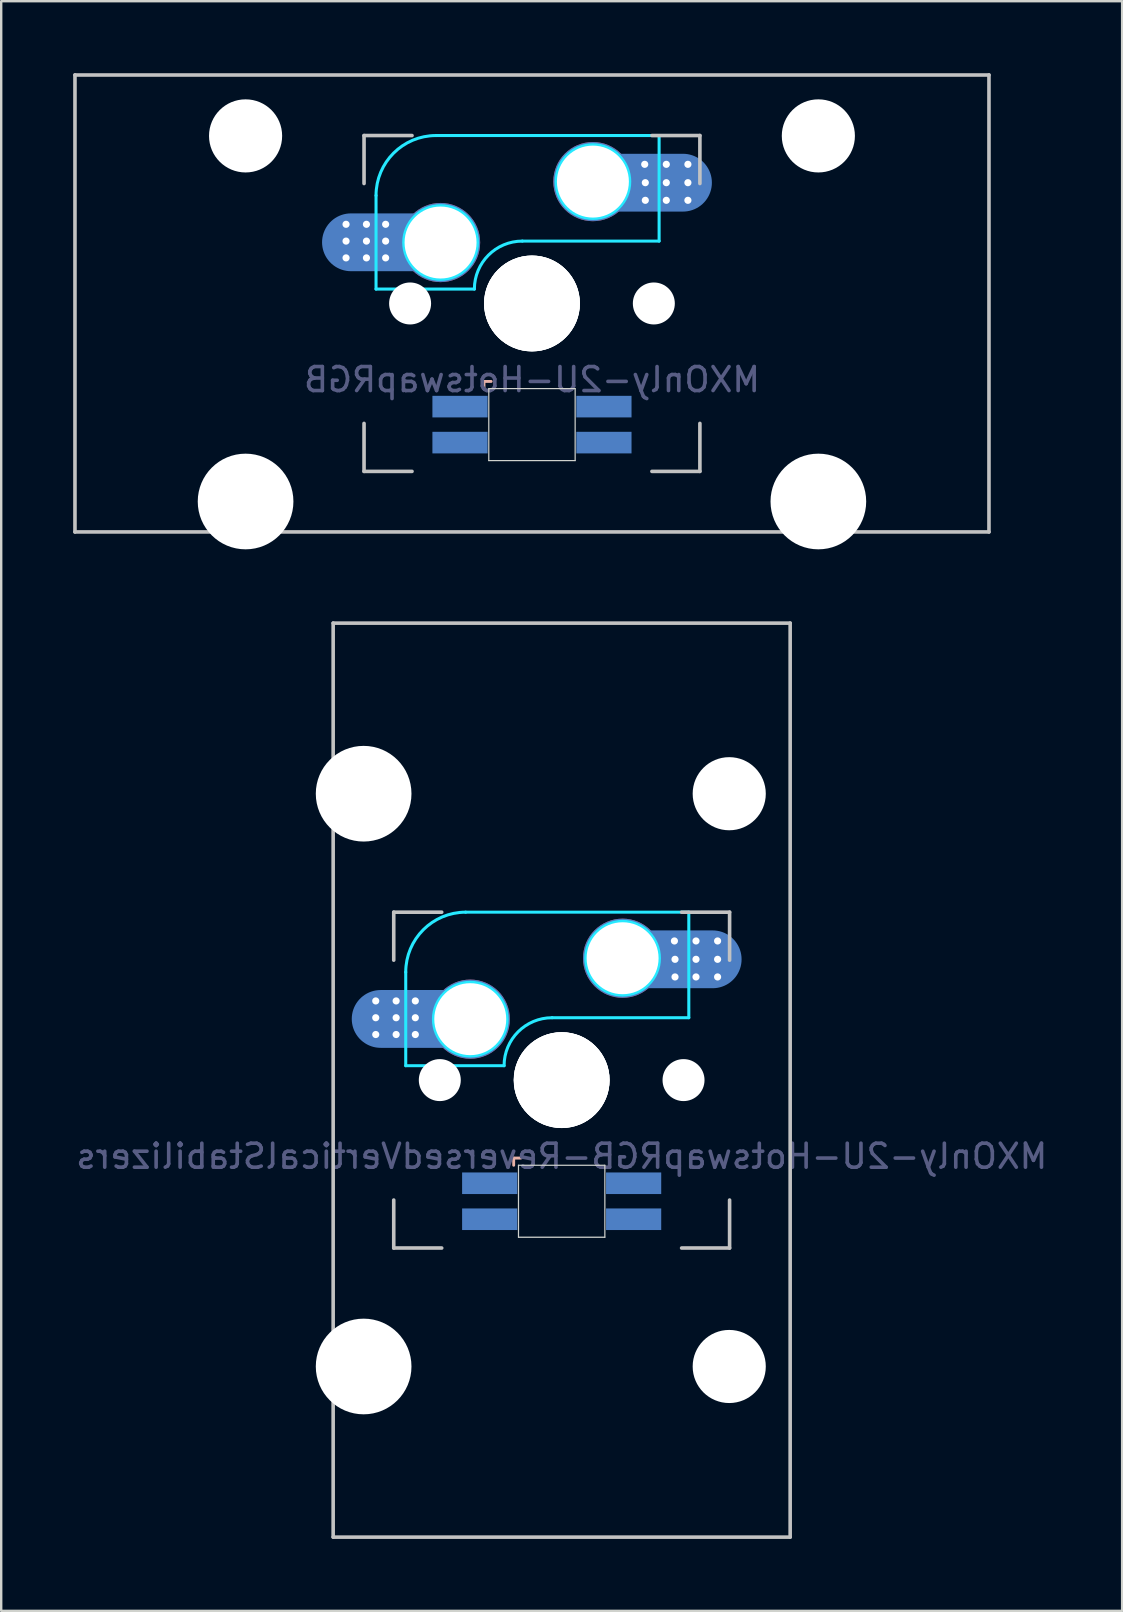
<source format=kicad_pcb>
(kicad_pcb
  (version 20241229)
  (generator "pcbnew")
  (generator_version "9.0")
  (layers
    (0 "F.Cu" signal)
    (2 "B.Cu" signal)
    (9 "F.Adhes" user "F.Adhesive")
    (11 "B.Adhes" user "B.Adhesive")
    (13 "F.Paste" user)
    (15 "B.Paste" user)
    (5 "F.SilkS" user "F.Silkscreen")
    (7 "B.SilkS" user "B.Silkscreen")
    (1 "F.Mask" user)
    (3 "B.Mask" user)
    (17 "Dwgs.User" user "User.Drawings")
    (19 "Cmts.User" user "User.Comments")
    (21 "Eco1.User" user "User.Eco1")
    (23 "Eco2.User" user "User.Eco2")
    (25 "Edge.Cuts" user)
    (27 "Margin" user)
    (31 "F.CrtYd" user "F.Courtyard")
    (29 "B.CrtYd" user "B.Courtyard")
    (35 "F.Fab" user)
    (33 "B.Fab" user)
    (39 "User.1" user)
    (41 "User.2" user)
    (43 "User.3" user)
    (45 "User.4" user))
  (footprint "MXOnly-2U-HotswapRGB-ReversedVerticalStabilizers"
    (layer "F.Cu")
    (at 20.363 41.974)
    (property "Reference" "MXOnly-2U-HotswapRGB-ReversedVerticalStabilizers" (at 0 3.175 0) (layer "B.Fab") (effects (font (size 1 1) (thickness 0.15)) (justify mirror)))
    (attr through_hole)
    (fp_line (start -2 3.25) (end -2 3.55) (stroke (width 0.12) (type solid)) (layer "B.SilkS"))
    (fp_line (start -1.7 3.25) (end -2 3.25) (stroke (width 0.12) (type solid)) (layer "B.SilkS"))
    (fp_line (start -9.525 -19.05) (end 9.525 -19.05) (stroke (width 0.15) (type solid)) (layer "Dwgs.User"))
    (fp_line (start -9.525 19.05) (end -9.525 -19.05) (stroke (width 0.15) (type solid)) (layer "Dwgs.User"))
    (fp_line (start -7 -7) (end -7 -5) (stroke (width 0.15) (type solid)) (layer "Dwgs.User"))
    (fp_line (start -7 5) (end -7 7) (stroke (width 0.15) (type solid)) (layer "Dwgs.User"))
    (fp_line (start -7 7) (end -5 7) (stroke (width 0.15) (type solid)) (layer "Dwgs.User"))
    (fp_line (start -5 -7) (end -7 -7) (stroke (width 0.15) (type solid)) (layer "Dwgs.User"))
    (fp_line (start 5 -7) (end 7 -7) (stroke (width 0.15) (type solid)) (layer "Dwgs.User"))
    (fp_line (start 5 7) (end 7 7) (stroke (width 0.15) (type solid)) (layer "Dwgs.User"))
    (fp_line (start 7 -5) (end 7 -7) (stroke (width 0.15) (type solid)) (layer "Dwgs.User"))
    (fp_line (start 7 7) (end 7 5) (stroke (width 0.15) (type solid)) (layer "Dwgs.User"))
    (fp_line (start 9.525 19.05) (end -9.525 19.05) (stroke (width 0.15) (type solid)) (layer "Dwgs.User"))
    (fp_line (start 9.525 19.05) (end 9.525 -19.05) (stroke (width 0.15) (type solid)) (layer "Dwgs.User"))
    (fp_line (start -1.8 3.55) (end -1.8 6.55) (stroke (width 0.05) (type default)) (layer "Edge.Cuts"))
    (fp_line (start -1.8 3.55) (end 1.8 3.55) (stroke (width 0.05) (type solid)) (layer "Edge.Cuts"))
    (fp_line (start 1.8 3.55) (end 1.8 6.55) (stroke (width 0.05) (type default)) (layer "Edge.Cuts"))
    (fp_line (start 1.8 6.55) (end -1.8 6.55) (stroke (width 0.05) (type solid)) (layer "Edge.Cuts"))
    (fp_line (start -6.5 -4.5) (end -6.5 -0.6) (stroke (width 0.127) (type solid)) (layer "B.CrtYd"))
    (fp_line (start -6.5 -0.6) (end -2.4 -0.6) (stroke (width 0.127) (type solid)) (layer "B.CrtYd"))
    (fp_line (start -0.4 -2.6) (end 5.3 -2.6) (stroke (width 0.127) (type solid)) (layer "B.CrtYd"))
    (fp_line (start 5.3 -7) (end -4 -7) (stroke (width 0.127) (type solid)) (layer "B.CrtYd"))
    (fp_line (start 5.3 -7) (end 5.3 -2.6) (stroke (width 0.127) (type solid)) (layer "B.CrtYd"))
    (fp_arc (start -6.5 -4.5) (mid -5.767767 -6.267767) (end -4 -7) (stroke (width 0.127) (type solid)) (layer "B.CrtYd"))
    (fp_arc (start -2.4 -0.6) (mid -1.814214 -2.014214) (end -0.4 -2.6) (stroke (width 0.127) (type solid)) (layer "B.CrtYd"))
    (fp_circle (center -3.81 -2.54) (end -2.286 -2.54) (stroke (width 0.15) (type solid)) (fill no) (layer "B.CrtYd"))
    (fp_circle (center 2.54 -5.08) (end 2.54 -6.604) (stroke (width 0.15) (type solid)) (fill no) (layer "B.CrtYd"))
    (pad "" np_thru_hole circle (at -8.255 -11.938 90) (size 3.988 3.988) (drill 3.988) (layers "*.Cu" "*.Mask"))
    (pad "" np_thru_hole circle (at -8.255 11.938 90) (size 3.988 3.988) (drill 3.988) (layers "*.Cu" "*.Mask"))
    (pad "" np_thru_hole circle (at -5.08 0 48.1) (size 1.75 1.75) (drill 1.75) (layers "*.Cu" "*.Mask"))
    (pad "" np_thru_hole circle (at 0 0) (size 3.988 3.988) (drill 3.988) (layers "*.Cu" "*.Mask"))
    (pad "" np_thru_hole circle (at 0 0) (size 3.988 3.988) (drill 3.988) (layers "*.Cu" "*.Mask"))
    (pad "" np_thru_hole circle (at 0 0) (size 4 4) (drill 4) (layers "*.Cu" "*.Mask"))
    (pad "" np_thru_hole circle (at 5.08 0 48.1) (size 1.75 1.75) (drill 1.75) (layers "*.Cu" "*.Mask"))
    (pad "" np_thru_hole circle (at 6.985 -11.938 180) (size 3.048 3.048) (drill 3.048) (layers "*.Cu" "*.Mask"))
    (pad "" np_thru_hole circle (at 6.985 11.938 90) (size 3.048 3.048) (drill 3.048) (layers "*.Cu" "*.Mask"))
    (pad "1" thru_hole circle (at 2.54 -5.08) (size 3.3 3.3) (drill 3) (layers "*.Cu" "B.Mask"))
    (pad "1" thru_hole circle (at 4.7 -5.8) (size 0.4 0.4) (drill 0.3) (layers "*.Cu" "B.Mask"))
    (pad "1" thru_hole circle (at 4.725 -5.035) (size 0.4 0.4) (drill 0.3) (layers "*.Cu" "B.Mask"))
    (pad "1" thru_hole circle (at 4.725 -4.3) (size 0.4 0.4) (drill 0.3) (layers "*.Cu" "B.Mask"))
    (pad "1" smd oval (at 4.75 -5.035) (size 5.5 2.41) (layers "B.Cu" "B.Mask" "B.Paste"))
    (pad "1" thru_hole circle (at 5.6 -5.8) (size 0.4 0.4) (drill 0.3) (layers "*.Cu" "B.Mask"))
    (pad "1" thru_hole circle (at 5.6 -5.035) (size 0.4 0.4) (drill 0.3) (layers "*.Cu" "B.Mask"))
    (pad "1" thru_hole circle (at 5.6 -4.3) (size 0.4 0.4) (drill 0.3) (layers "*.Cu" "B.Mask"))
    (pad "1" thru_hole circle (at 6.5 -5.8) (size 0.4 0.4) (drill 0.3) (layers "*.Cu" "B.Mask"))
    (pad "1" thru_hole circle (at 6.5 -5.035) (size 0.4 0.4) (drill 0.3) (layers "*.Cu" "B.Mask"))
    (pad "1" thru_hole circle (at 6.5 -4.3) (size 0.4 0.4) (drill 0.3) (layers "*.Cu" "B.Mask"))
    (pad "2" thru_hole circle (at -7.75 -3.3) (size 0.4 0.4) (drill 0.3) (layers "*.Cu" "B.Mask"))
    (pad "2" thru_hole circle (at -7.75 -2.6) (size 0.4 0.4) (drill 0.3) (layers "*.Cu" "B.Mask"))
    (pad "2" thru_hole circle (at -7.75 -1.9) (size 0.4 0.4) (drill 0.3) (layers "*.Cu" "B.Mask"))
    (pad "2" thru_hole circle (at -6.9 -3.3) (size 0.4 0.4) (drill 0.3) (layers "*.Cu" "B.Mask"))
    (pad "2" thru_hole circle (at -6.9 -2.6) (size 0.4 0.4) (drill 0.3) (layers "*.Cu" "B.Mask"))
    (pad "2" thru_hole circle (at -6.9 -1.9) (size 0.4 0.4) (drill 0.3) (layers "*.Cu" "B.Mask"))
    (pad "2" thru_hole circle (at -6.1 -3.3) (size 0.4 0.4) (drill 0.3) (layers "*.Cu" "B.Mask"))
    (pad "2" thru_hole circle (at -6.1 -2.6) (size 0.4 0.4) (drill 0.3) (layers "*.Cu" "B.Mask"))
    (pad "2" thru_hole circle (at -6.1 -1.9) (size 0.4 0.4) (drill 0.3) (layers "*.Cu" "B.Mask"))
    (pad "2" smd oval (at -6 -2.55) (size 5.5 2.41) (layers "B.Cu" "B.Mask" "B.Paste"))
    (pad "2" thru_hole circle (at -3.81 -2.54) (size 3.3 3.3) (drill 3) (layers "*.Cu" "B.Mask"))
    (pad "3" smd rect (at -3 4.3) (size 2.3 0.9) (layers "B.Cu" "B.Mask" "B.Paste"))
    (pad "4" smd rect (at -3 5.8) (size 2.3 0.9) (layers "B.Cu" "B.Mask" "B.Paste"))
    (pad "5" smd rect (at 3 4.3) (size 2.3 0.9) (layers "B.Cu" "B.Mask" "B.Paste"))
    (pad "6" smd rect (at 3 5.8) (size 2.3 0.9) (layers "B.Cu" "B.Mask" "B.Paste")))
  (footprint "MXOnly-2U-HotswapRGB"
    (layer "F.Cu")
    (at 19.125 9.6)
    (property "Reference" "MXOnly-2U-HotswapRGB" (at 0 3.175 0) (layer "B.Fab") (effects (font (size 1 1) (thickness 0.15)) (justify mirror)))
    (attr smd)
    (fp_line (start -2 3.25) (end -2 3.55) (stroke (width 0.12) (type solid)) (layer "B.SilkS"))
    (fp_line (start -1.7 3.25) (end -2 3.25) (stroke (width 0.12) (type solid)) (layer "B.SilkS"))
    (fp_line (start -19.05 -9.525) (end 19.05 -9.525) (stroke (width 0.15) (type solid)) (layer "Dwgs.User"))
    (fp_line (start -19.05 9.525) (end -19.05 -9.525) (stroke (width 0.15) (type solid)) (layer "Dwgs.User"))
    (fp_line (start -7 -7) (end -7 -5) (stroke (width 0.15) (type solid)) (layer "Dwgs.User"))
    (fp_line (start -7 5) (end -7 7) (stroke (width 0.15) (type solid)) (layer "Dwgs.User"))
    (fp_line (start -7 7) (end -5 7) (stroke (width 0.15) (type solid)) (layer "Dwgs.User"))
    (fp_line (start -5 -7) (end -7 -7) (stroke (width 0.15) (type solid)) (layer "Dwgs.User"))
    (fp_line (start 5 -7) (end 7 -7) (stroke (width 0.15) (type solid)) (layer "Dwgs.User"))
    (fp_line (start 5 7) (end 7 7) (stroke (width 0.15) (type solid)) (layer "Dwgs.User"))
    (fp_line (start 7 -5) (end 7 -7) (stroke (width 0.15) (type solid)) (layer "Dwgs.User"))
    (fp_line (start 7 7) (end 7 5) (stroke (width 0.15) (type solid)) (layer "Dwgs.User"))
    (fp_line (start 19.05 -9.525) (end 19.05 9.525) (stroke (width 0.15) (type solid)) (layer "Dwgs.User"))
    (fp_line (start 19.05 9.525) (end -19.05 9.525) (stroke (width 0.15) (type solid)) (layer "Dwgs.User"))
    (fp_line (start -1.8 3.55) (end -1.8 6.55) (stroke (width 0.05) (type default)) (layer "Edge.Cuts"))
    (fp_line (start -1.8 3.55) (end 1.8 3.55) (stroke (width 0.05) (type solid)) (layer "Edge.Cuts"))
    (fp_line (start 1.8 3.55) (end 1.8 6.55) (stroke (width 0.05) (type default)) (layer "Edge.Cuts"))
    (fp_line (start 1.8 6.55) (end -1.8 6.55) (stroke (width 0.05) (type solid)) (layer "Edge.Cuts"))
    (fp_line (start -6.5 -4.5) (end -6.5 -0.6) (stroke (width 0.127) (type solid)) (layer "B.CrtYd"))
    (fp_line (start -6.5 -0.6) (end -2.4 -0.6) (stroke (width 0.127) (type solid)) (layer "B.CrtYd"))
    (fp_line (start -0.4 -2.6) (end 5.3 -2.6) (stroke (width 0.127) (type solid)) (layer "B.CrtYd"))
    (fp_line (start 5.3 -7) (end -4 -7) (stroke (width 0.127) (type solid)) (layer "B.CrtYd"))
    (fp_line (start 5.3 -7) (end 5.3 -2.6) (stroke (width 0.127) (type solid)) (layer "B.CrtYd"))
    (fp_arc (start -6.5 -4.5) (mid -5.767767 -6.267767) (end -4 -7) (stroke (width 0.127) (type solid)) (layer "B.CrtYd"))
    (fp_arc (start -2.4 -0.6) (mid -1.814214 -2.014214) (end -0.4 -2.6) (stroke (width 0.127) (type solid)) (layer "B.CrtYd"))
    (fp_circle (center -3.81 -2.54) (end -2.286 -2.54) (stroke (width 0.15) (type solid)) (fill no) (layer "B.CrtYd"))
    (fp_circle (center 2.54 -5.08) (end 2.54 -6.604) (stroke (width 0.15) (type solid)) (fill no) (layer "B.CrtYd"))
    (pad "" np_thru_hole circle (at -11.938 -6.985) (size 3.048 3.048) (drill 3.048) (layers "*.Cu" "*.Mask"))
    (pad "" np_thru_hole circle (at -11.938 8.255) (size 3.988 3.988) (drill 3.988) (layers "*.Cu" "*.Mask"))
    (pad "" np_thru_hole circle (at -5.08 0 48.1) (size 1.75 1.75) (drill 1.75) (layers "*.Cu" "*.Mask"))
    (pad "" np_thru_hole circle (at 0 0) (size 3.988 3.988) (drill 3.988) (layers "*.Cu" "*.Mask"))
    (pad "" np_thru_hole circle (at 0 0) (size 3.988 3.988) (drill 3.988) (layers "*.Cu" "*.Mask"))
    (pad "" np_thru_hole circle (at 0 0) (size 4 4) (drill 4) (layers "*.Cu" "*.Mask"))
    (pad "" np_thru_hole circle (at 5.08 0 48.1) (size 1.75 1.75) (drill 1.75) (layers "*.Cu" "*.Mask"))
    (pad "" np_thru_hole circle (at 11.938 -6.985) (size 3.048 3.048) (drill 3.048) (layers "*.Cu" "*.Mask"))
    (pad "" np_thru_hole circle (at 11.938 8.255) (size 3.988 3.988) (drill 3.988) (layers "*.Cu" "*.Mask"))
    (pad "1" thru_hole circle (at 2.54 -5.08) (size 3.3 3.3) (drill 3) (layers "*.Cu" "B.Mask"))
    (pad "1" thru_hole circle (at 4.7 -5.8) (size 0.4 0.4) (drill 0.3) (layers "*.Cu" "B.Mask"))
    (pad "1" thru_hole circle (at 4.725 -5.035) (size 0.4 0.4) (drill 0.3) (layers "*.Cu" "B.Mask"))
    (pad "1" thru_hole circle (at 4.725 -4.3) (size 0.4 0.4) (drill 0.3) (layers "*.Cu" "B.Mask"))
    (pad "1" smd oval (at 4.75 -5.035) (size 5.5 2.41) (layers "B.Cu" "B.Mask" "B.Paste"))
    (pad "1" thru_hole circle (at 5.6 -5.8) (size 0.4 0.4) (drill 0.3) (layers "*.Cu" "B.Mask"))
    (pad "1" thru_hole circle (at 5.6 -5.035) (size 0.4 0.4) (drill 0.3) (layers "*.Cu" "B.Mask"))
    (pad "1" thru_hole circle (at 5.6 -4.3) (size 0.4 0.4) (drill 0.3) (layers "*.Cu" "B.Mask"))
    (pad "1" thru_hole circle (at 6.5 -5.8) (size 0.4 0.4) (drill 0.3) (layers "*.Cu" "B.Mask"))
    (pad "1" thru_hole circle (at 6.5 -5.035) (size 0.4 0.4) (drill 0.3) (layers "*.Cu" "B.Mask"))
    (pad "1" thru_hole circle (at 6.5 -4.3) (size 0.4 0.4) (drill 0.3) (layers "*.Cu" "B.Mask"))
    (pad "2" thru_hole circle (at -7.75 -3.3) (size 0.4 0.4) (drill 0.3) (layers "*.Cu" "B.Mask"))
    (pad "2" thru_hole circle (at -7.75 -2.6) (size 0.4 0.4) (drill 0.3) (layers "*.Cu" "B.Mask"))
    (pad "2" thru_hole circle (at -7.75 -1.9) (size 0.4 0.4) (drill 0.3) (layers "*.Cu" "B.Mask"))
    (pad "2" thru_hole circle (at -6.9 -3.3) (size 0.4 0.4) (drill 0.3) (layers "*.Cu" "B.Mask"))
    (pad "2" thru_hole circle (at -6.9 -2.6) (size 0.4 0.4) (drill 0.3) (layers "*.Cu" "B.Mask"))
    (pad "2" thru_hole circle (at -6.9 -1.9) (size 0.4 0.4) (drill 0.3) (layers "*.Cu" "B.Mask"))
    (pad "2" thru_hole circle (at -6.1 -3.3) (size 0.4 0.4) (drill 0.3) (layers "*.Cu" "B.Mask"))
    (pad "2" thru_hole circle (at -6.1 -2.6) (size 0.4 0.4) (drill 0.3) (layers "*.Cu" "B.Mask"))
    (pad "2" thru_hole circle (at -6.1 -1.9) (size 0.4 0.4) (drill 0.3) (layers "*.Cu" "B.Mask"))
    (pad "2" smd oval (at -6 -2.55) (size 5.5 2.41) (layers "B.Cu" "B.Mask" "B.Paste"))
    (pad "2" thru_hole circle (at -3.81 -2.54) (size 3.3 3.3) (drill 3) (layers "*.Cu" "B.Mask"))
    (pad "3" smd rect (at -3 4.3) (size 2.3 0.9) (layers "B.Cu" "B.Mask" "B.Paste"))
    (pad "4" smd rect (at -3 5.8) (size 2.3 0.9) (layers "B.Cu" "B.Mask" "B.Paste"))
    (pad "5" smd rect (at 3 4.3) (size 2.3 0.9) (layers "B.Cu" "B.Mask" "B.Paste"))
    (pad "6" smd rect (at 3 5.8) (size 2.3 0.9) (layers "B.Cu" "B.Mask" "B.Paste")))
  (gr_rect
    (start -3 -3)
    (end 43.726 64.099)
    (stroke (width 0.1) (type default))
    (fill no)
    (layer "Edge.Cuts")))
</source>
